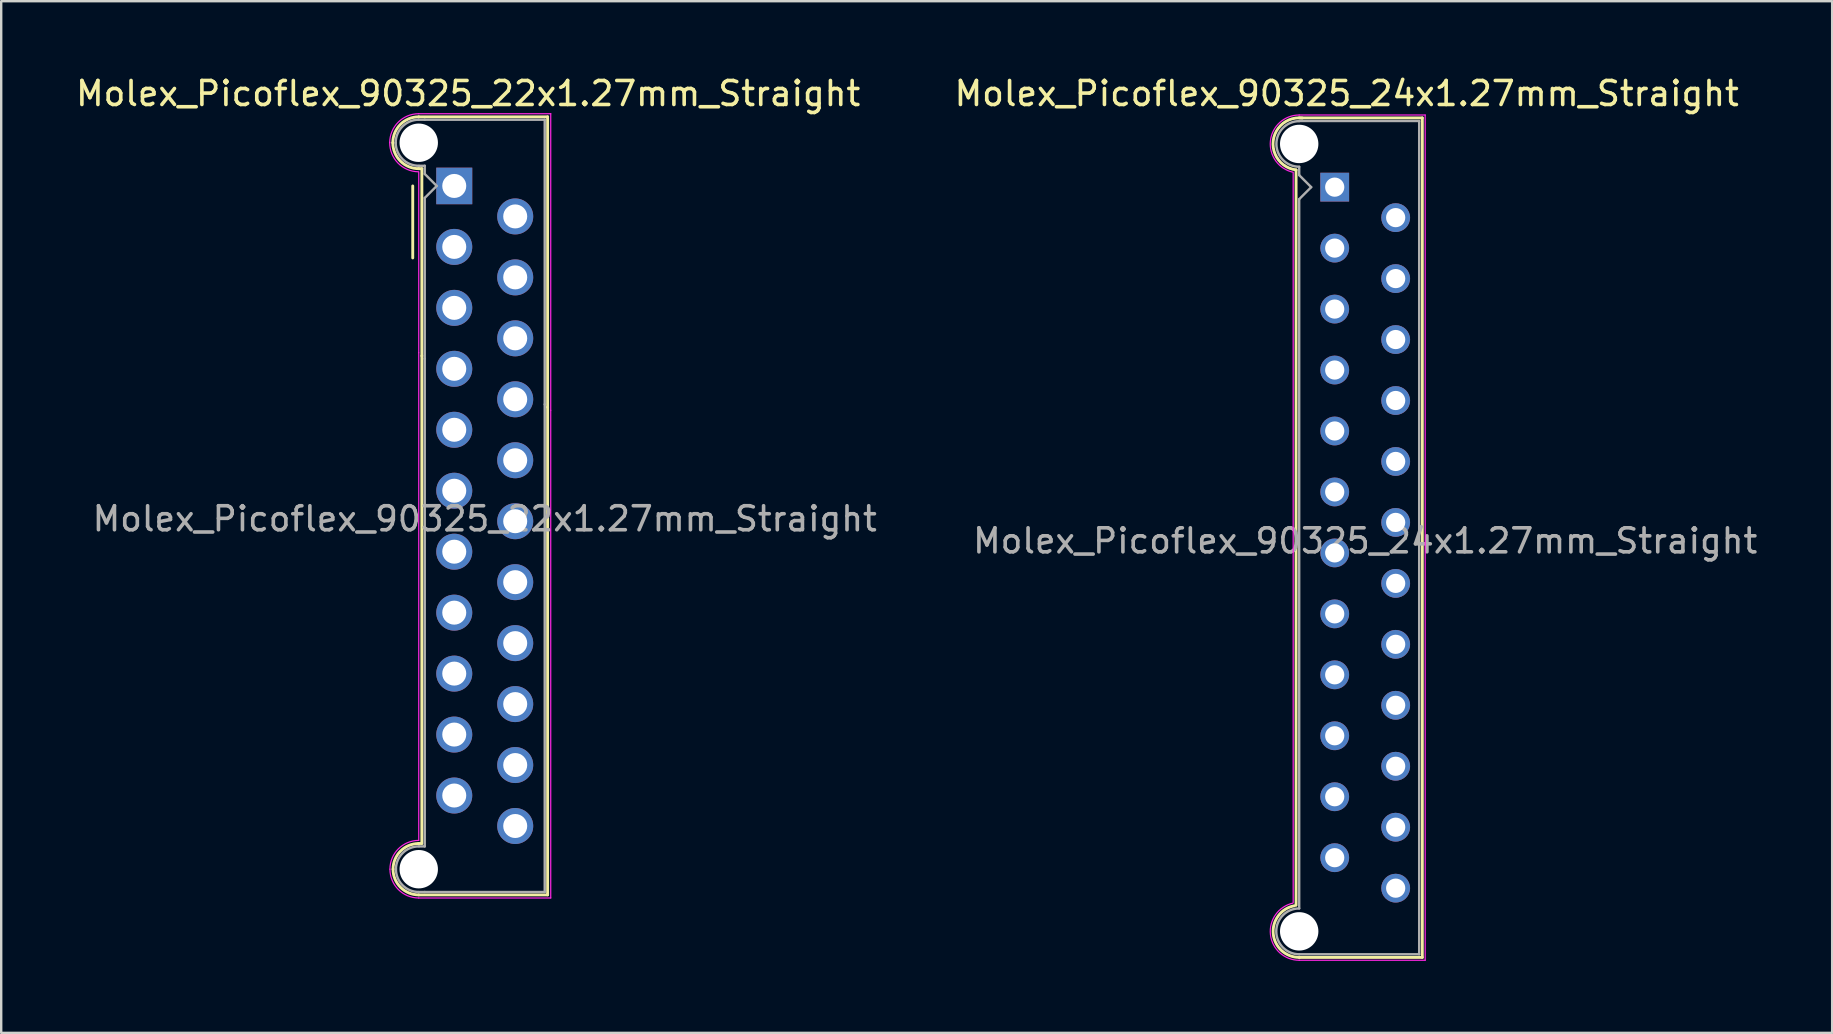
<source format=kicad_pcb>
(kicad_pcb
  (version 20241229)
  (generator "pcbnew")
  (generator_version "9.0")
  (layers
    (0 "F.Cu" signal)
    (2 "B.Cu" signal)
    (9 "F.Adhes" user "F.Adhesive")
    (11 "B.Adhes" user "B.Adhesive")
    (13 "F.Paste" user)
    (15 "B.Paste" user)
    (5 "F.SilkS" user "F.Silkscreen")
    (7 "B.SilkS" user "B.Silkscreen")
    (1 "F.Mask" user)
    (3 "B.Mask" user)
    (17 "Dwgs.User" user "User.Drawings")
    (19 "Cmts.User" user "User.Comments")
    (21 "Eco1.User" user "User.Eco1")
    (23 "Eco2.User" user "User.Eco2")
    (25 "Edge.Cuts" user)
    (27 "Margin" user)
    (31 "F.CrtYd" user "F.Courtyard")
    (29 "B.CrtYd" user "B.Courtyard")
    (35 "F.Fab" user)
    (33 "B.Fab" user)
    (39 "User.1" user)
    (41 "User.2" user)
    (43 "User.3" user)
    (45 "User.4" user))
  (footprint "Molex_Picoflex_90325_24x1.27mm_Straight"
    (layer "F.Cu")
    (at 52.565 4.748)
    (property "Reference" "Molex_Picoflex_90325_24x1.27mm_Straight" (at 0.5 -3.9 0) (layer "F.SilkS") (effects (font (size 1 1) (thickness 0.15))))
    (attr through_hole)
    (fp_line (start -1.61 -0.715) (end -1.61 29.925) (stroke (width 0.12) (type solid)) (layer "F.SilkS"))
    (fp_line (start -1.48 -2.885) (end 3.65 -2.885) (stroke (width 0.12) (type solid)) (layer "F.SilkS"))
    (fp_line (start 3.65 -2.885) (end 3.65 32.095) (stroke (width 0.12) (type solid)) (layer "F.SilkS"))
    (fp_line (start 3.65 32.095) (end -1.48 32.095) (stroke (width 0.12) (type solid)) (layer "F.SilkS"))
    (fp_arc (start -1.61 -0.72) (mid -2.56 -1.93) (end -1.35 -2.88) (stroke (width 0.12) (type solid)) (layer "F.SilkS"))
    (fp_arc (start -1.47 32.095) (mid -2.56 31.114526) (end -1.678256 29.94322) (stroke (width 0.12) (type solid)) (layer "F.SilkS"))
    (fp_line (start -1.73 -0.595) (end -1.73 29.805) (stroke (width 0.05) (type solid)) (layer "F.CrtYd"))
    (fp_line (start -1.48 -3.005) (end 3.77 -3.005) (stroke (width 0.05) (type solid)) (layer "F.CrtYd"))
    (fp_line (start 3.77 -3.005) (end 3.77 32.215) (stroke (width 0.05) (type solid)) (layer "F.CrtYd"))
    (fp_line (start 3.77 32.215) (end -1.48 32.215) (stroke (width 0.05) (type solid)) (layer "F.CrtYd"))
    (fp_arc (start -1.73 -0.62) (mid -2.679668 -1.925287) (end -1.480799 -3.006192) (stroke (width 0.05) (type solid)) (layer "F.CrtYd"))
    (fp_arc (start -1.47 32.215) (mid -2.677354 31.145902) (end -1.740315 29.833411) (stroke (width 0.05) (type solid)) (layer "F.CrtYd"))
    (fp_line (start -1.48 -2.755) (end 3.52 -2.755) (stroke (width 0.1) (type solid)) (layer "F.Fab"))
    (fp_line (start -1.48 -0.845) (end -1.48 -0.5) (stroke (width 0.1) (type solid)) (layer "F.Fab"))
    (fp_line (start -1.48 -0.5) (end -0.98 0) (stroke (width 0.1) (type solid)) (layer "F.Fab"))
    (fp_line (start -1.48 0.5) (end -1.48 30.055) (stroke (width 0.1) (type solid)) (layer "F.Fab"))
    (fp_line (start -0.98 0) (end -1.48 0.5) (stroke (width 0.1) (type solid)) (layer "F.Fab"))
    (fp_line (start 3.52 -2.755) (end 3.52 31.965) (stroke (width 0.1) (type solid)) (layer "F.Fab"))
    (fp_line (start 3.52 31.965) (end -1.48 31.965) (stroke (width 0.1) (type solid)) (layer "F.Fab"))
    (fp_arc (start -1.48 -0.85) (mid -2.43 -1.8) (end -1.48 -2.75) (stroke (width 0.1) (type solid)) (layer "F.Fab"))
    (fp_arc (start -1.48 31.965) (mid -2.435 31.01) (end -1.48 30.055) (stroke (width 0.1) (type solid)) (layer "F.Fab"))
    (fp_text user "${REFERENCE}" (at 1.27 14.74 0) (layer "F.Fab") (effects (font (size 1 1) (thickness 0.15))))
    (pad "" np_thru_hole circle (at -1.48 -1.8) (size 1.6 1.6) (drill 1.6) (layers "*.Cu"))
    (pad "" np_thru_hole circle (at -1.48 31.01) (size 1.6 1.6) (drill 1.6) (layers "*.Cu"))
    (pad "1" thru_hole rect (at 0 0) (size 1.2 1.2) (drill 0.8) (layers "*.Cu" "*.Mask"))
    (pad "2" thru_hole circle (at 2.54 1.27) (size 1.2 1.2) (drill 0.8) (layers "*.Cu" "*.Mask"))
    (pad "3" thru_hole circle (at 0 2.54) (size 1.2 1.2) (drill 0.8) (layers "*.Cu" "*.Mask"))
    (pad "4" thru_hole circle (at 2.54 3.81) (size 1.2 1.2) (drill 0.8) (layers "*.Cu" "*.Mask"))
    (pad "5" thru_hole circle (at 0 5.08) (size 1.2 1.2) (drill 0.8) (layers "*.Cu" "*.Mask"))
    (pad "6" thru_hole circle (at 2.54 6.35) (size 1.2 1.2) (drill 0.8) (layers "*.Cu" "*.Mask"))
    (pad "7" thru_hole circle (at 0 7.62) (size 1.2 1.2) (drill 0.8) (layers "*.Cu" "*.Mask"))
    (pad "8" thru_hole circle (at 2.54 8.89) (size 1.2 1.2) (drill 0.8) (layers "*.Cu" "*.Mask"))
    (pad "9" thru_hole circle (at 0 10.16) (size 1.2 1.2) (drill 0.8) (layers "*.Cu" "*.Mask"))
    (pad "10" thru_hole circle (at 2.54 11.43) (size 1.2 1.2) (drill 0.8) (layers "*.Cu" "*.Mask"))
    (pad "11" thru_hole circle (at 0 12.7) (size 1.2 1.2) (drill 0.8) (layers "*.Cu" "*.Mask"))
    (pad "12" thru_hole circle (at 2.54 13.97) (size 1.2 1.2) (drill 0.8) (layers "*.Cu" "*.Mask"))
    (pad "13" thru_hole circle (at 0 15.24) (size 1.2 1.2) (drill 0.8) (layers "*.Cu" "*.Mask"))
    (pad "14" thru_hole circle (at 2.54 16.51) (size 1.2 1.2) (drill 0.8) (layers "*.Cu" "*.Mask"))
    (pad "15" thru_hole circle (at 0 17.78) (size 1.2 1.2) (drill 0.8) (layers "*.Cu" "*.Mask"))
    (pad "16" thru_hole circle (at 2.54 19.05) (size 1.2 1.2) (drill 0.8) (layers "*.Cu" "*.Mask"))
    (pad "17" thru_hole circle (at 0 20.32) (size 1.2 1.2) (drill 0.8) (layers "*.Cu" "*.Mask"))
    (pad "18" thru_hole circle (at 2.54 21.59) (size 1.2 1.2) (drill 0.8) (layers "*.Cu" "*.Mask"))
    (pad "19" thru_hole circle (at 0 22.86) (size 1.2 1.2) (drill 0.8) (layers "*.Cu" "*.Mask"))
    (pad "20" thru_hole circle (at 2.54 24.13) (size 1.2 1.2) (drill 0.8) (layers "*.Cu" "*.Mask"))
    (pad "21" thru_hole circle (at 0 25.4) (size 1.2 1.2) (drill 0.8) (layers "*.Cu" "*.Mask"))
    (pad "22" thru_hole circle (at 2.54 26.67) (size 1.2 1.2) (drill 0.8) (layers "*.Cu" "*.Mask"))
    (pad "23" thru_hole circle (at 0 27.94) (size 1.2 1.2) (drill 0.8) (layers "*.Cu" "*.Mask"))
    (pad "24" thru_hole circle (at 2.54 29.21) (size 1.2 1.2) (drill 0.8) (layers "*.Cu" "*.Mask")))
  (footprint "Molex_Picoflex_90325_22x1.27mm_Straight"
    (layer "F.Cu")
    (at 15.878 4.698)
    (property "Reference" "Molex_Picoflex_90325_22x1.27mm_Straight" (at 0.58 -3.85 0) (layer "F.SilkS") (effects (font (size 1 1) (thickness 0.15))))
    (attr through_hole)
    (fp_line (start -1.73 0) (end -1.73 3) (stroke (width 0.12) (type solid)) (layer "F.SilkS"))
    (fp_line (start -1.48 -2.88) (end 3.89 -2.88) (stroke (width 0.12) (type solid)) (layer "F.SilkS"))
    (fp_line (start -1.36 27.4) (end -1.49 27.4) (stroke (width 0.12) (type solid)) (layer "F.SilkS"))
    (fp_line (start -1.35 -0.72) (end -1.49 -0.72) (stroke (width 0.12) (type solid)) (layer "F.SilkS"))
    (fp_line (start -1.35 -0.72) (end -1.35 7.08) (stroke (width 0.12) (type solid)) (layer "F.SilkS"))
    (fp_line (start -1.35 7.08) (end -1.35 27.4) (stroke (width 0.12) (type solid)) (layer "F.SilkS"))
    (fp_line (start 3.89 -2.88) (end 3.89 9.22) (stroke (width 0.12) (type solid)) (layer "F.SilkS"))
    (fp_line (start 3.89 9.22) (end 3.89 29.54) (stroke (width 0.12) (type solid)) (layer "F.SilkS"))
    (fp_line (start 3.89 29.54) (end -1.48 29.54) (stroke (width 0.12) (type solid)) (layer "F.SilkS"))
    (fp_arc (start -2.56 -1.8) (mid -2.243675 -2.563675) (end -1.48 -2.88) (stroke (width 0.12) (type solid)) (layer "F.SilkS"))
    (fp_arc (start -2.55 28.47) (mid -2.236604 27.713396) (end -1.48 27.4) (stroke (width 0.12) (type solid)) (layer "F.SilkS"))
    (fp_arc (start -1.48 -0.72) (mid -2.243675 -1.036325) (end -2.56 -1.8) (stroke (width 0.12) (type solid)) (layer "F.SilkS"))
    (fp_arc (start -1.48 29.54) (mid -2.236604 29.226604) (end -2.55 28.47) (stroke (width 0.12) (type solid)) (layer "F.SilkS"))
    (fp_line (start -1.48 -3.01) (end 4.02 -3.01) (stroke (width 0.05) (type solid)) (layer "F.CrtYd"))
    (fp_line (start -1.48 -0.59) (end -1.48 6.95) (stroke (width 0.05) (type solid)) (layer "F.CrtYd"))
    (fp_line (start -1.48 27.27) (end -1.48 6.95) (stroke (width 0.05) (type solid)) (layer "F.CrtYd"))
    (fp_line (start -1.48 29.67) (end 4.02 29.67) (stroke (width 0.05) (type solid)) (layer "F.CrtYd"))
    (fp_line (start 4.02 -3.01) (end 4.02 9.35) (stroke (width 0.05) (type solid)) (layer "F.CrtYd"))
    (fp_line (start 4.02 9.35) (end 4.02 29.67) (stroke (width 0.05) (type solid)) (layer "F.CrtYd"))
    (fp_arc (start -2.69 -1.8) (mid -2.335599 -2.655599) (end -1.48 -3.01) (stroke (width 0.05) (type solid)) (layer "F.CrtYd"))
    (fp_arc (start -2.68 28.47) (mid -2.328528 27.621472) (end -1.48 27.27) (stroke (width 0.05) (type solid)) (layer "F.CrtYd"))
    (fp_arc (start -1.5 -0.59) (mid -2.349741 -0.958543) (end -2.69 -1.82) (stroke (width 0.05) (type solid)) (layer "F.CrtYd"))
    (fp_arc (start -1.48 29.67) (mid -2.328528 29.318528) (end -2.68 28.47) (stroke (width 0.05) (type solid)) (layer "F.CrtYd"))
    (fp_line (start -1.48 -2.76) (end -1.23 -2.76) (stroke (width 0.1) (type solid)) (layer "F.Fab"))
    (fp_line (start -1.23 -2.76) (end 3.77 -2.76) (stroke (width 0.1) (type solid)) (layer "F.Fab"))
    (fp_line (start -1.23 -0.84) (end -1.46 -0.84) (stroke (width 0.1) (type solid)) (layer "F.Fab"))
    (fp_line (start -1.23 -0.5) (end -1.23 -0.84) (stroke (width 0.1) (type solid)) (layer "F.Fab"))
    (fp_line (start -1.23 0.5) (end -1.23 7.2) (stroke (width 0.1) (type solid)) (layer "F.Fab"))
    (fp_line (start -1.23 0.5) (end -0.73 0) (stroke (width 0.1) (type solid)) (layer "F.Fab"))
    (fp_line (start -1.23 27.52) (end -1.46 27.52) (stroke (width 0.1) (type solid)) (layer "F.Fab"))
    (fp_line (start -1.23 27.52) (end -1.23 7.2) (stroke (width 0.1) (type solid)) (layer "F.Fab"))
    (fp_line (start -1.23 29.42) (end -1.48 29.42) (stroke (width 0.1) (type solid)) (layer "F.Fab"))
    (fp_line (start -0.73 0) (end -1.23 -0.5) (stroke (width 0.1) (type solid)) (layer "F.Fab"))
    (fp_line (start 3.77 -2.76) (end 3.77 9.1) (stroke (width 0.1) (type solid)) (layer "F.Fab"))
    (fp_line (start 3.77 29.42) (end -1.23 29.42) (stroke (width 0.1) (type solid)) (layer "F.Fab"))
    (fp_line (start 3.77 29.42) (end 3.77 9.1) (stroke (width 0.1) (type solid)) (layer "F.Fab"))
    (fp_arc (start -2.44 -1.79) (mid -2.165894 -2.471751) (end -1.49 -2.76) (stroke (width 0.1) (type solid)) (layer "F.Fab"))
    (fp_arc (start -2.43 28.47) (mid -2.151751 27.798249) (end -1.48 27.52) (stroke (width 0.1) (type solid)) (layer "F.Fab"))
    (fp_arc (start -1.49 29.42) (mid -2.158823 29.13468) (end -2.43 28.46) (stroke (width 0.1) (type solid)) (layer "F.Fab"))
    (fp_arc (start -1.48 -0.84) (mid -2.158823 -1.121177) (end -2.44 -1.8) (stroke (width 0.1) (type solid)) (layer "F.Fab"))
    (fp_text user "${REFERENCE}" (at 1.27 13.87 0) (layer "F.Fab") (effects (font (size 1 1) (thickness 0.15))))
    (pad "" np_thru_hole circle (at -1.48 -1.8) (size 1.6 1.6) (drill 1.6) (layers "*.Cu" "*.Mask"))
    (pad "" np_thru_hole circle (at -1.48 28.47) (size 1.6 1.6) (drill 1.6) (layers "*.Cu" "*.Mask"))
    (pad "1" thru_hole rect (at 0 0) (size 1.5 1.524) (drill 1) (layers "*.Cu" "*.Mask"))
    (pad "2" thru_hole circle (at 2.54 1.27) (size 1.5 1.5) (drill 1) (layers "*.Cu" "*.Mask"))
    (pad "3" thru_hole circle (at 0 2.54) (size 1.5 1.5) (drill 1) (layers "*.Cu" "*.Mask"))
    (pad "4" thru_hole circle (at 2.54 3.81) (size 1.5 1.5) (drill 1) (layers "*.Cu" "*.Mask"))
    (pad "5" thru_hole circle (at 0 5.08) (size 1.5 1.5) (drill 1) (layers "*.Cu" "*.Mask"))
    (pad "6" thru_hole circle (at 2.54 6.35) (size 1.5 1.5) (drill 1) (layers "*.Cu" "*.Mask"))
    (pad "7" thru_hole circle (at 0 7.62) (size 1.5 1.5) (drill 1) (layers "*.Cu" "*.Mask"))
    (pad "8" thru_hole circle (at 2.54 8.89) (size 1.5 1.5) (drill 1) (layers "*.Cu" "*.Mask"))
    (pad "9" thru_hole circle (at 0 10.16) (size 1.5 1.5) (drill 1) (layers "*.Cu" "*.Mask"))
    (pad "10" thru_hole circle (at 2.54 11.43) (size 1.5 1.5) (drill 1) (layers "*.Cu" "*.Mask"))
    (pad "11" thru_hole circle (at 0 12.7) (size 1.5 1.5) (drill 1) (layers "*.Cu" "*.Mask"))
    (pad "12" thru_hole circle (at 2.54 13.97) (size 1.5 1.5) (drill 1) (layers "*.Cu" "*.Mask"))
    (pad "13" thru_hole circle (at 0 15.24) (size 1.5 1.5) (drill 1) (layers "*.Cu" "*.Mask"))
    (pad "14" thru_hole circle (at 2.54 16.51) (size 1.5 1.5) (drill 1) (layers "*.Cu" "*.Mask"))
    (pad "15" thru_hole circle (at 0 17.78) (size 1.5 1.5) (drill 1) (layers "*.Cu" "*.Mask"))
    (pad "16" thru_hole circle (at 2.54 19.05) (size 1.5 1.5) (drill 1) (layers "*.Cu" "*.Mask"))
    (pad "17" thru_hole circle (at 0 20.32) (size 1.5 1.5) (drill 1) (layers "*.Cu" "*.Mask"))
    (pad "18" thru_hole circle (at 2.54 21.59) (size 1.5 1.5) (drill 1) (layers "*.Cu" "*.Mask"))
    (pad "19" thru_hole circle (at 0 22.86) (size 1.5 1.5) (drill 1) (layers "*.Cu" "*.Mask"))
    (pad "20" thru_hole circle (at 2.54 24.13) (size 1.5 1.5) (drill 1) (layers "*.Cu" "*.Mask"))
    (pad "21" thru_hole circle (at 0 25.4) (size 1.5 1.5) (drill 1) (layers "*.Cu" "*.Mask"))
    (pad "22" thru_hole circle (at 2.54 26.67) (size 1.5 1.5) (drill 1) (layers "*.Cu" "*.Mask")))
  (gr_rect
    (start -3 -3)
    (end 73.293 39.988)
    (stroke (width 0.1) (type default))
    (fill no)
    (layer "Edge.Cuts")))
</source>
